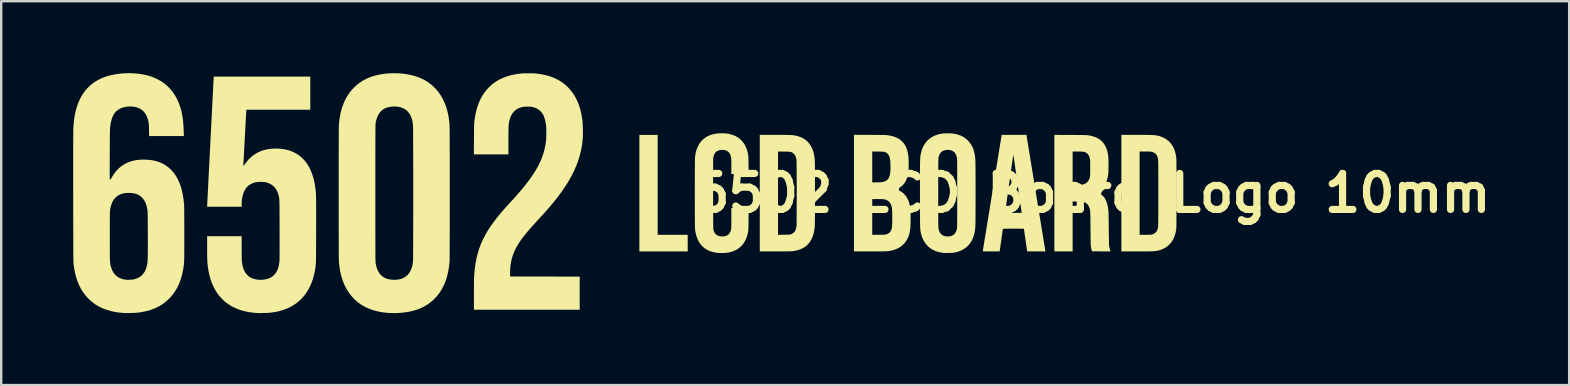
<source format=kicad_pcb>
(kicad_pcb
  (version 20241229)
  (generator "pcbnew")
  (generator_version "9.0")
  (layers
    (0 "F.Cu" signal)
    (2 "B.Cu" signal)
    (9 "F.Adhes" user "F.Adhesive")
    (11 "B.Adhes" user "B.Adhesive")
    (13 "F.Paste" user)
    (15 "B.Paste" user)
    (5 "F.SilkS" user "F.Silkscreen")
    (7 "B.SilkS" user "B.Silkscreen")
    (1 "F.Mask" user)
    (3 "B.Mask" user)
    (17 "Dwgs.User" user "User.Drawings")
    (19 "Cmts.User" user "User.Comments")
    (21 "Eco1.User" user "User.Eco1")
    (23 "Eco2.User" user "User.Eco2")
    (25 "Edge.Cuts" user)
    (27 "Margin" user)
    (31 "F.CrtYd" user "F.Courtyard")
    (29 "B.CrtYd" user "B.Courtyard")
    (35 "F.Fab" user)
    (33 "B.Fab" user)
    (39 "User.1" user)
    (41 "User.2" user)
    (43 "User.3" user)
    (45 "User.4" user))
  (footprint "6502 LCD Board Logo 10mm"
    (layer "F.Cu")
    (at 42.473 5)
    (property "Reference" "6502 LCD Board Logo 10mm" (at 0 0 0) (layer "F.SilkS") (effects (font (size 1.5 1.5) (thickness 0.3))))
    (attr board_only exclude_from_pos_files exclude_from_bom)
    (fp_poly (pts (xy -18.115 -0.347) (xy -18.115 1.735) (xy -17.489 1.735) (xy -16.863 1.735) (xy -16.863 2.081) (xy -16.863 2.428) (xy -17.87 2.428) (xy -18.877 2.428) (xy -18.877 0) (xy -18.877 -2.428) (xy -18.496 -2.428) (xy -18.115 -2.428)) (stroke (width 0) (type solid)) (fill yes) (layer "F.SilkS"))
    (fp_poly (pts (xy -13.091 -2.428) (xy -12.976 -2.428) (xy -12.875 -2.428) (xy -12.786 -2.427) (xy -12.71 -2.426) (xy -12.644 -2.424) (xy -12.586 -2.422) (xy -12.537 -2.42) (xy -12.494 -2.416) (xy -12.455 -2.413) (xy -12.421 -2.408) (xy -12.389 -2.402) (xy -12.358 -2.396) (xy -12.326 -2.389) (xy -12.298 -2.381) (xy -12.173 -2.341) (xy -12.06 -2.289) (xy -11.958 -2.224) (xy -11.868 -2.147) (xy -11.79 -2.058) (xy -11.723 -1.956) (xy -11.668 -1.842) (xy -11.624 -1.716) (xy -11.591 -1.577) (xy -11.57 -1.425) (xy -11.566 -1.379) (xy -11.565 -1.355) (xy -11.564 -1.315) (xy -11.563 -1.26) (xy -11.562 -1.192) (xy -11.561 -1.112) (xy -11.561 -1.021) (xy -11.56 -0.92) (xy -11.559 -0.81) (xy -11.559 -0.693) (xy -11.559 -0.57) (xy -11.558 -0.441) (xy -11.558 -0.309) (xy -11.558 -0.174) (xy -11.558 -0.038) (xy -11.558 0.099) (xy -11.558 0.235) (xy -11.558 0.369) (xy -11.558 0.5) (xy -11.559 0.626) (xy -11.559 0.746) (xy -11.56 0.86) (xy -11.56 0.966) (xy -11.561 1.063) (xy -11.562 1.149) (xy -11.563 1.224) (xy -11.564 1.286) (xy -11.565 1.335) (xy -11.566 1.368) (xy -11.566 1.379) (xy -11.584 1.534) (xy -11.613 1.676) (xy -11.653 1.806) (xy -11.705 1.924) (xy -11.768 2.029) (xy -11.843 2.121) (xy -11.929 2.202) (xy -12.027 2.27) (xy -12.137 2.326) (xy -12.258 2.37) (xy -12.392 2.402) (xy -12.483 2.416) (xy -12.506 2.418) (xy -12.533 2.42) (xy -12.565 2.422) (xy -12.604 2.424) (xy -12.65 2.425) (xy -12.705 2.426) (xy -12.771 2.427) (xy -12.847 2.427) (xy -12.936 2.428) (xy -13.039 2.428) (xy -13.157 2.428) (xy -13.222 2.428) (xy -13.859 2.428) (xy -13.859 0) (xy -13.098 0) (xy -13.098 1.735) (xy -12.85 1.733) (xy -12.776 1.731) (xy -12.716 1.73) (xy -12.669 1.729) (xy -12.632 1.727) (xy -12.604 1.724) (xy -12.583 1.721) (xy -12.566 1.717) (xy -12.559 1.715) (xy -12.509 1.692) (xy -12.46 1.658) (xy -12.417 1.618) (xy -12.4 1.596) (xy -12.372 1.546) (xy -12.35 1.482) (xy -12.333 1.408) (xy -12.328 1.366) (xy -12.327 1.348) (xy -12.326 1.313) (xy -12.325 1.264) (xy -12.324 1.201) (xy -12.323 1.126) (xy -12.322 1.04) (xy -12.322 0.944) (xy -12.321 0.839) (xy -12.321 0.727) (xy -12.32 0.607) (xy -12.32 0.483) (xy -12.32 0.354) (xy -12.319 0.222) (xy -12.319 0.089) (xy -12.319 -0.046) (xy -12.319 -0.18) (xy -12.319 -0.312) (xy -12.32 -0.442) (xy -12.32 -0.568) (xy -12.32 -0.689) (xy -12.321 -0.804) (xy -12.321 -0.912) (xy -12.322 -1.011) (xy -12.323 -1.1) (xy -12.324 -1.179) (xy -12.324 -1.245) (xy -12.325 -1.299) (xy -12.326 -1.338) (xy -12.327 -1.362) (xy -12.328 -1.366) (xy -12.341 -1.451) (xy -12.362 -1.523) (xy -12.392 -1.582) (xy -12.431 -1.632) (xy -12.471 -1.667) (xy -12.494 -1.684) (xy -12.515 -1.697) (xy -12.537 -1.708) (xy -12.562 -1.716) (xy -12.592 -1.722) (xy -12.629 -1.726) (xy -12.676 -1.729) (xy -12.734 -1.731) (xy -12.805 -1.732) (xy -12.85 -1.733) (xy -13.098 -1.735) (xy -13.098 0) (xy -13.859 0) (xy -13.859 -2.428) (xy -13.222 -2.428)) (stroke (width 0) (type solid)) (fill yes) (layer "F.SilkS"))
    (fp_poly (pts (xy 1.986 -2.428) (xy 2.104 -2.428) (xy 2.209 -2.428) (xy 2.3 -2.427) (xy 2.38 -2.425) (xy 2.449 -2.424) (xy 2.509 -2.421) (xy 2.561 -2.418) (xy 2.607 -2.414) (xy 2.647 -2.41) (xy 2.684 -2.404) (xy 2.718 -2.398) (xy 2.75 -2.39) (xy 2.783 -2.381) (xy 2.816 -2.371) (xy 2.838 -2.364) (xy 2.956 -2.318) (xy 3.062 -2.26) (xy 3.157 -2.19) (xy 3.217 -2.134) (xy 3.285 -2.054) (xy 3.344 -1.97) (xy 3.392 -1.879) (xy 3.433 -1.778) (xy 3.465 -1.666) (xy 3.491 -1.541) (xy 3.492 -1.54) (xy 3.494 -1.528) (xy 3.495 -1.515) (xy 3.497 -1.501) (xy 3.498 -1.484) (xy 3.5 -1.464) (xy 3.501 -1.44) (xy 3.502 -1.412) (xy 3.503 -1.377) (xy 3.504 -1.337) (xy 3.504 -1.289) (xy 3.505 -1.233) (xy 3.506 -1.169) (xy 3.506 -1.095) (xy 3.506 -1.011) (xy 3.507 -0.915) (xy 3.507 -0.808) (xy 3.507 -0.688) (xy 3.507 -0.555) (xy 3.507 -0.407) (xy 3.507 -0.244) (xy 3.507 -0.066) (xy 3.507 0) (xy 3.507 0.184) (xy 3.507 0.352) (xy 3.507 0.505) (xy 3.507 0.644) (xy 3.507 0.768) (xy 3.507 0.88) (xy 3.506 0.979) (xy 3.506 1.067) (xy 3.506 1.144) (xy 3.505 1.212) (xy 3.505 1.271) (xy 3.504 1.321) (xy 3.503 1.364) (xy 3.502 1.4) (xy 3.501 1.431) (xy 3.5 1.456) (xy 3.499 1.478) (xy 3.497 1.495) (xy 3.496 1.51) (xy 3.494 1.524) (xy 3.492 1.536) (xy 3.492 1.54) (xy 3.465 1.666) (xy 3.433 1.778) (xy 3.393 1.878) (xy 3.344 1.97) (xy 3.286 2.054) (xy 3.217 2.134) (xy 3.217 2.134) (xy 3.13 2.212) (xy 3.032 2.279) (xy 2.922 2.333) (xy 2.838 2.364) (xy 2.803 2.375) (xy 2.77 2.385) (xy 2.738 2.393) (xy 2.705 2.4) (xy 2.67 2.407) (xy 2.632 2.412) (xy 2.59 2.416) (xy 2.542 2.42) (xy 2.487 2.422) (xy 2.423 2.424) (xy 2.35 2.426) (xy 2.266 2.427) (xy 2.17 2.428) (xy 2.06 2.428) (xy 1.936 2.428) (xy 1.851 2.428) (xy 1.21 2.428) (xy 1.21 0) (xy 1.971 0) (xy 1.971 1.735) (xy 2.208 1.735) (xy 2.279 1.734) (xy 2.336 1.734) (xy 2.38 1.733) (xy 2.415 1.732) (xy 2.442 1.729) (xy 2.463 1.727) (xy 2.481 1.723) (xy 2.495 1.719) (xy 2.566 1.69) (xy 2.625 1.651) (xy 2.671 1.601) (xy 2.706 1.539) (xy 2.731 1.464) (xy 2.737 1.434) (xy 2.739 1.424) (xy 2.741 1.41) (xy 2.742 1.391) (xy 2.743 1.368) (xy 2.744 1.339) (xy 2.745 1.304) (xy 2.746 1.261) (xy 2.747 1.21) (xy 2.747 1.15) (xy 2.748 1.08) (xy 2.748 1) (xy 2.749 0.909) (xy 2.749 0.806) (xy 2.749 0.69) (xy 2.75 0.561) (xy 2.75 0.417) (xy 2.75 0.259) (xy 2.75 0.084) (xy 2.75 0) (xy 2.75 -0.182) (xy 2.75 -0.347) (xy 2.75 -0.498) (xy 2.75 -0.633) (xy 2.749 -0.755) (xy 2.749 -0.864) (xy 2.749 -0.96) (xy 2.748 -1.045) (xy 2.748 -1.119) (xy 2.747 -1.184) (xy 2.746 -1.239) (xy 2.746 -1.285) (xy 2.745 -1.324) (xy 2.744 -1.356) (xy 2.742 -1.382) (xy 2.741 -1.402) (xy 2.74 -1.418) (xy 2.738 -1.43) (xy 2.737 -1.434) (xy 2.716 -1.514) (xy 2.685 -1.58) (xy 2.642 -1.634) (xy 2.588 -1.677) (xy 2.522 -1.709) (xy 2.495 -1.719) (xy 2.478 -1.723) (xy 2.459 -1.727) (xy 2.437 -1.73) (xy 2.409 -1.732) (xy 2.373 -1.733) (xy 2.327 -1.734) (xy 2.268 -1.734) (xy 2.208 -1.735) (xy 1.971 -1.735) (xy 1.971 0) (xy 1.21 0) (xy 1.21 -2.428) (xy 1.851 -2.428)) (stroke (width 0) (type solid)) (fill yes) (layer "F.SilkS"))
    (fp_poly (pts (xy -2.353 -0.019) (xy -2.321 0.181) (xy -2.289 0.376) (xy -2.258 0.567) (xy -2.228 0.752) (xy -2.199 0.93) (xy -2.171 1.102) (xy -2.144 1.266) (xy -2.119 1.422) (xy -2.095 1.569) (xy -2.072 1.707) (xy -2.051 1.834) (xy -2.032 1.951) (xy -2.015 2.055) (xy -2 2.148) (xy -1.987 2.228) (xy -1.976 2.294) (xy -1.968 2.346) (xy -1.962 2.382) (xy -1.958 2.404) (xy -1.957 2.409) (xy -1.953 2.428) (xy -2.334 2.428) (xy -2.413 2.428) (xy -2.486 2.428) (xy -2.552 2.428) (xy -2.609 2.427) (xy -2.656 2.427) (xy -2.69 2.426) (xy -2.711 2.425) (xy -2.716 2.425) (xy -2.717 2.416) (xy -2.721 2.392) (xy -2.726 2.354) (xy -2.733 2.304) (xy -2.742 2.244) (xy -2.752 2.174) (xy -2.763 2.096) (xy -2.775 2.013) (xy -2.784 1.954) (xy -2.796 1.868) (xy -2.808 1.786) (xy -2.819 1.711) (xy -2.829 1.644) (xy -2.837 1.587) (xy -2.843 1.541) (xy -2.848 1.507) (xy -2.851 1.488) (xy -2.851 1.484) (xy -2.86 1.484) (xy -2.883 1.483) (xy -2.92 1.482) (xy -2.97 1.482) (xy -3.03 1.481) (xy -3.099 1.481) (xy -3.176 1.481) (xy -3.258 1.481) (xy -3.287 1.481) (xy -3.384 1.481) (xy -3.465 1.481) (xy -3.533 1.481) (xy -3.587 1.482) (xy -3.63 1.482) (xy -3.663 1.483) (xy -3.688 1.484) (xy -3.705 1.486) (xy -3.716 1.488) (xy -3.722 1.49) (xy -3.725 1.493) (xy -3.726 1.495) (xy -3.728 1.506) (xy -3.732 1.533) (xy -3.738 1.572) (xy -3.746 1.624) (xy -3.755 1.686) (xy -3.765 1.757) (xy -3.777 1.835) (xy -3.789 1.919) (xy -3.796 1.969) (xy -3.862 2.428) (xy -4.216 2.428) (xy -4.303 2.428) (xy -4.374 2.428) (xy -4.432 2.428) (xy -4.476 2.427) (xy -4.51 2.426) (xy -4.535 2.425) (xy -4.551 2.424) (xy -4.561 2.421) (xy -4.565 2.419) (xy -4.566 2.415) (xy -4.566 2.414) (xy -4.564 2.404) (xy -4.56 2.379) (xy -4.553 2.338) (xy -4.544 2.282) (xy -4.533 2.212) (xy -4.519 2.129) (xy -4.503 2.034) (xy -4.486 1.926) (xy -4.466 1.806) (xy -4.445 1.676) (xy -4.422 1.536) (xy -4.398 1.387) (xy -4.372 1.229) (xy -4.345 1.063) (xy -4.317 0.889) (xy -4.303 0.806) (xy -3.63 0.806) (xy -3.629 0.809) (xy -3.625 0.813) (xy -3.618 0.815) (xy -3.604 0.817) (xy -3.584 0.818) (xy -3.554 0.819) (xy -3.515 0.82) (xy -3.463 0.82) (xy -3.398 0.821) (xy -3.318 0.821) (xy -3.286 0.821) (xy -2.943 0.821) (xy -2.947 0.793) (xy -2.949 0.782) (xy -2.953 0.754) (xy -2.959 0.712) (xy -2.967 0.656) (xy -2.977 0.588) (xy -2.989 0.507) (xy -3.002 0.415) (xy -3.016 0.314) (xy -3.032 0.204) (xy -3.048 0.085) (xy -3.066 -0.04) (xy -3.085 -0.171) (xy -3.104 -0.307) (xy -3.118 -0.406) (xy -3.138 -0.545) (xy -3.157 -0.679) (xy -3.175 -0.807) (xy -3.192 -0.929) (xy -3.209 -1.044) (xy -3.224 -1.15) (xy -3.238 -1.247) (xy -3.25 -1.333) (xy -3.261 -1.408) (xy -3.27 -1.471) (xy -3.278 -1.52) (xy -3.283 -1.556) (xy -3.286 -1.576) (xy -3.287 -1.581) (xy -3.296 -1.58) (xy -3.297 -1.58) (xy -3.298 -1.571) (xy -3.302 -1.547) (xy -3.308 -1.508) (xy -3.315 -1.456) (xy -3.325 -1.392) (xy -3.336 -1.316) (xy -3.348 -1.231) (xy -3.361 -1.137) (xy -3.375 -1.036) (xy -3.391 -0.928) (xy -3.406 -0.815) (xy -3.423 -0.698) (xy -3.44 -0.578) (xy -3.457 -0.456) (xy -3.474 -0.334) (xy -3.491 -0.211) (xy -3.508 -0.091) (xy -3.524 0.027) (xy -3.54 0.14) (xy -3.555 0.249) (xy -3.569 0.351) (xy -3.582 0.446) (xy -3.594 0.532) (xy -3.604 0.609) (xy -3.613 0.674) (xy -3.62 0.728) (xy -3.625 0.769) (xy -3.629 0.795) (xy -3.63 0.806) (xy -4.303 0.806) (xy -4.287 0.708) (xy -4.257 0.522) (xy -4.226 0.33) (xy -4.194 0.133) (xy -4.17 -0.015) (xy -3.778 -2.428) (xy -3.261 -2.428) (xy -2.745 -2.428)) (stroke (width 0) (type solid)) (fill yes) (layer "F.SilkS"))
    (fp_poly (pts (xy -9.178 -2.428) (xy -9.065 -2.428) (xy -8.96 -2.427) (xy -8.865 -2.426) (xy -8.782 -2.425) (xy -8.71 -2.424) (xy -8.652 -2.423) (xy -8.609 -2.421) (xy -8.581 -2.42) (xy -8.578 -2.419) (xy -8.434 -2.399) (xy -8.304 -2.368) (xy -8.186 -2.327) (xy -8.081 -2.275) (xy -7.988 -2.211) (xy -7.907 -2.136) (xy -7.837 -2.049) (xy -7.779 -1.951) (xy -7.733 -1.839) (xy -7.696 -1.716) (xy -7.683 -1.654) (xy -7.672 -1.582) (xy -7.663 -1.496) (xy -7.657 -1.402) (xy -7.653 -1.301) (xy -7.652 -1.199) (xy -7.654 -1.097) (xy -7.658 -0.999) (xy -7.665 -0.909) (xy -7.674 -0.83) (xy -7.682 -0.787) (xy -7.714 -0.661) (xy -7.756 -0.548) (xy -7.81 -0.448) (xy -7.874 -0.361) (xy -7.95 -0.287) (xy -8.037 -0.224) (xy -8.083 -0.198) (xy -8.112 -0.183) (xy -8.135 -0.17) (xy -8.147 -0.162) (xy -8.148 -0.161) (xy -8.141 -0.156) (xy -8.121 -0.145) (xy -8.092 -0.13) (xy -8.057 -0.113) (xy -8.057 -0.113) (xy -7.957 -0.058) (xy -7.872 0.008) (xy -7.798 0.084) (xy -7.735 0.173) (xy -7.706 0.225) (xy -7.676 0.289) (xy -7.65 0.354) (xy -7.629 0.423) (xy -7.611 0.497) (xy -7.597 0.578) (xy -7.587 0.669) (xy -7.58 0.77) (xy -7.575 0.883) (xy -7.573 1.011) (xy -7.573 1.062) (xy -7.574 1.197) (xy -7.578 1.317) (xy -7.584 1.424) (xy -7.594 1.52) (xy -7.607 1.606) (xy -7.624 1.684) (xy -7.645 1.756) (xy -7.67 1.824) (xy -7.7 1.889) (xy -7.704 1.898) (xy -7.768 2.006) (xy -7.842 2.102) (xy -7.927 2.184) (xy -8.023 2.255) (xy -8.131 2.313) (xy -8.252 2.36) (xy -8.329 2.382) (xy -8.362 2.39) (xy -8.393 2.397) (xy -8.424 2.403) (xy -8.456 2.408) (xy -8.49 2.413) (xy -8.528 2.417) (xy -8.571 2.42) (xy -8.62 2.422) (xy -8.677 2.424) (xy -8.743 2.426) (xy -8.819 2.427) (xy -8.906 2.428) (xy -9.006 2.428) (xy -9.12 2.428) (xy -9.25 2.428) (xy -9.275 2.428) (xy -9.933 2.428) (xy -9.933 0.99) (xy -9.172 0.99) (xy -9.172 1.735) (xy -8.913 1.735) (xy -8.835 1.734) (xy -8.771 1.734) (xy -8.721 1.733) (xy -8.681 1.731) (xy -8.65 1.729) (xy -8.626 1.726) (xy -8.607 1.722) (xy -8.602 1.721) (xy -8.534 1.698) (xy -8.478 1.666) (xy -8.433 1.624) (xy -8.397 1.57) (xy -8.369 1.502) (xy -8.354 1.446) (xy -8.349 1.418) (xy -8.346 1.375) (xy -8.343 1.32) (xy -8.34 1.255) (xy -8.339 1.183) (xy -8.338 1.106) (xy -8.337 1.027) (xy -8.338 0.947) (xy -8.339 0.87) (xy -8.341 0.798) (xy -8.343 0.733) (xy -8.347 0.677) (xy -8.35 0.633) (xy -8.354 0.61) (xy -8.375 0.522) (xy -8.405 0.447) (xy -8.442 0.386) (xy -8.489 0.338) (xy -8.546 0.301) (xy -8.557 0.296) (xy -8.589 0.282) (xy -8.62 0.27) (xy -8.653 0.262) (xy -8.691 0.255) (xy -8.734 0.251) (xy -8.787 0.248) (xy -8.851 0.246) (xy -8.929 0.246) (xy -8.95 0.246) (xy -9.172 0.245) (xy -9.172 0.99) (xy -9.933 0.99) (xy -9.933 0) (xy -9.933 -1.09) (xy -9.172 -1.09) (xy -9.172 -0.446) (xy -8.967 -0.451) (xy -8.893 -0.453) (xy -8.833 -0.455) (xy -8.787 -0.458) (xy -8.751 -0.462) (xy -8.724 -0.466) (xy -8.711 -0.469) (xy -8.638 -0.495) (xy -8.577 -0.529) (xy -8.527 -0.572) (xy -8.487 -0.626) (xy -8.457 -0.692) (xy -8.435 -0.77) (xy -8.42 -0.863) (xy -8.417 -0.895) (xy -8.414 -0.954) (xy -8.412 -1.022) (xy -8.412 -1.096) (xy -8.413 -1.171) (xy -8.415 -1.245) (xy -8.419 -1.313) (xy -8.424 -1.372) (xy -8.43 -1.419) (xy -8.432 -1.43) (xy -8.453 -1.508) (xy -8.483 -1.577) (xy -8.523 -1.633) (xy -8.57 -1.676) (xy -8.598 -1.693) (xy -8.623 -1.705) (xy -8.649 -1.714) (xy -8.677 -1.722) (xy -8.71 -1.727) (xy -8.751 -1.731) (xy -8.801 -1.733) (xy -8.863 -1.734) (xy -8.939 -1.735) (xy -8.949 -1.735) (xy -9.172 -1.735) (xy -9.172 -1.09) (xy -9.933 -1.09) (xy -9.933 -2.428) (xy -9.3 -2.428)) (stroke (width 0) (type solid)) (fill yes) (layer "F.SilkS"))
    (fp_poly (pts (xy -15.393 -2.495) (xy -15.33 -2.493) (xy -15.275 -2.49) (xy -15.249 -2.487) (xy -15.119 -2.464) (xy -15 -2.431) (xy -14.891 -2.388) (xy -14.841 -2.363) (xy -14.768 -2.32) (xy -14.705 -2.274) (xy -14.645 -2.219) (xy -14.619 -2.193) (xy -14.551 -2.113) (xy -14.492 -2.027) (xy -14.443 -1.934) (xy -14.403 -1.832) (xy -14.369 -1.717) (xy -14.345 -1.608) (xy -14.341 -1.586) (xy -14.338 -1.56) (xy -14.335 -1.528) (xy -14.333 -1.488) (xy -14.332 -1.438) (xy -14.33 -1.378) (xy -14.329 -1.305) (xy -14.328 -1.218) (xy -14.327 -1.166) (xy -14.323 -0.795) (xy -14.683 -0.795) (xy -15.044 -0.795) (xy -15.044 -1.121) (xy -15.044 -1.209) (xy -15.044 -1.283) (xy -15.045 -1.344) (xy -15.046 -1.393) (xy -15.048 -1.432) (xy -15.05 -1.462) (xy -15.053 -1.487) (xy -15.057 -1.507) (xy -15.057 -1.508) (xy -15.08 -1.589) (xy -15.114 -1.658) (xy -15.157 -1.712) (xy -15.212 -1.754) (xy -15.277 -1.783) (xy -15.353 -1.799) (xy -15.424 -1.803) (xy -15.51 -1.797) (xy -15.585 -1.778) (xy -15.649 -1.746) (xy -15.702 -1.701) (xy -15.744 -1.643) (xy -15.775 -1.572) (xy -15.795 -1.488) (xy -15.796 -1.481) (xy -15.798 -1.467) (xy -15.799 -1.443) (xy -15.8 -1.41) (xy -15.801 -1.365) (xy -15.802 -1.309) (xy -15.802 -1.242) (xy -15.803 -1.162) (xy -15.803 -1.07) (xy -15.804 -0.964) (xy -15.804 -0.845) (xy -15.804 -0.711) (xy -15.804 -0.562) (xy -15.804 -0.399) (xy -15.804 -0.219) (xy -15.804 -0.024) (xy -15.804 0.038) (xy -15.803 0.223) (xy -15.803 0.391) (xy -15.803 0.545) (xy -15.802 0.683) (xy -15.802 0.808) (xy -15.801 0.919) (xy -15.801 1.019) (xy -15.801 1.106) (xy -15.8 1.183) (xy -15.799 1.25) (xy -15.799 1.308) (xy -15.798 1.357) (xy -15.797 1.398) (xy -15.796 1.432) (xy -15.795 1.461) (xy -15.794 1.483) (xy -15.793 1.501) (xy -15.791 1.515) (xy -15.79 1.526) (xy -15.788 1.535) (xy -15.786 1.542) (xy -15.763 1.606) (xy -15.737 1.658) (xy -15.704 1.7) (xy -15.695 1.709) (xy -15.649 1.748) (xy -15.596 1.776) (xy -15.534 1.793) (xy -15.462 1.802) (xy -15.42 1.803) (xy -15.335 1.797) (xy -15.262 1.779) (xy -15.199 1.748) (xy -15.147 1.704) (xy -15.106 1.647) (xy -15.074 1.576) (xy -15.053 1.499) (xy -15.051 1.479) (xy -15.048 1.441) (xy -15.047 1.389) (xy -15.045 1.321) (xy -15.044 1.239) (xy -15.044 1.142) (xy -15.044 1.036) (xy -15.044 0.618) (xy -14.684 0.618) (xy -14.323 0.618) (xy -14.327 1.077) (xy -14.328 1.181) (xy -14.329 1.27) (xy -14.33 1.345) (xy -14.331 1.408) (xy -14.332 1.459) (xy -14.334 1.501) (xy -14.336 1.536) (xy -14.338 1.563) (xy -14.341 1.586) (xy -14.344 1.605) (xy -14.344 1.608) (xy -14.373 1.733) (xy -14.407 1.845) (xy -14.449 1.945) (xy -14.498 2.036) (xy -14.556 2.12) (xy -14.619 2.193) (xy -14.704 2.272) (xy -14.797 2.339) (xy -14.901 2.393) (xy -15.016 2.437) (xy -15.142 2.469) (xy -15.249 2.487) (xy -15.28 2.49) (xy -15.324 2.492) (xy -15.376 2.494) (xy -15.433 2.494) (xy -15.49 2.495) (xy -15.543 2.494) (xy -15.587 2.492) (xy -15.619 2.49) (xy -15.715 2.476) (xy -15.813 2.454) (xy -15.908 2.425) (xy -15.994 2.391) (xy -16.042 2.368) (xy -16.146 2.304) (xy -16.238 2.228) (xy -16.318 2.142) (xy -16.388 2.043) (xy -16.446 1.933) (xy -16.493 1.81) (xy -16.529 1.674) (xy -16.555 1.525) (xy -16.558 1.498) (xy -16.559 1.48) (xy -16.56 1.447) (xy -16.561 1.398) (xy -16.562 1.336) (xy -16.563 1.262) (xy -16.564 1.176) (xy -16.564 1.08) (xy -16.565 0.974) (xy -16.565 0.86) (xy -16.566 0.739) (xy -16.566 0.613) (xy -16.566 0.481) (xy -16.567 0.345) (xy -16.567 0.207) (xy -16.567 0.067) (xy -16.567 -0.073) (xy -16.567 -0.213) (xy -16.567 -0.351) (xy -16.566 -0.487) (xy -16.566 -0.618) (xy -16.566 -0.745) (xy -16.565 -0.865) (xy -16.565 -0.979) (xy -16.564 -1.084) (xy -16.564 -1.18) (xy -16.563 -1.265) (xy -16.562 -1.339) (xy -16.561 -1.401) (xy -16.56 -1.448) (xy -16.559 -1.481) (xy -16.558 -1.498) (xy -16.543 -1.607) (xy -16.524 -1.703) (xy -16.5 -1.79) (xy -16.495 -1.807) (xy -16.446 -1.932) (xy -16.385 -2.046) (xy -16.313 -2.147) (xy -16.23 -2.235) (xy -16.135 -2.311) (xy -16.03 -2.374) (xy -15.913 -2.424) (xy -15.785 -2.461) (xy -15.647 -2.486) (xy -15.64 -2.487) (xy -15.589 -2.491) (xy -15.528 -2.494) (xy -15.461 -2.496)) (stroke (width 0) (type solid)) (fill yes) (layer "F.SilkS"))
    (fp_poly (pts (xy -0.907 -2.426) (xy -0.78 -2.426) (xy -0.668 -2.425) (xy -0.57 -2.424) (xy -0.485 -2.424) (xy -0.412 -2.423) (xy -0.349 -2.421) (xy -0.295 -2.42) (xy -0.249 -2.417) (xy -0.21 -2.415) (xy -0.176 -2.412) (xy -0.145 -2.408) (xy -0.117 -2.403) (xy -0.091 -2.398) (xy -0.064 -2.392) (xy -0.036 -2.385) (xy -0.006 -2.377) (xy 0.114 -2.339) (xy 0.22 -2.291) (xy 0.314 -2.233) (xy 0.396 -2.163) (xy 0.467 -2.083) (xy 0.527 -1.99) (xy 0.546 -1.954) (xy 0.577 -1.888) (xy 0.603 -1.82) (xy 0.625 -1.75) (xy 0.642 -1.675) (xy 0.656 -1.595) (xy 0.665 -1.505) (xy 0.672 -1.406) (xy 0.675 -1.295) (xy 0.676 -1.171) (xy 0.675 -1.087) (xy 0.673 -1.005) (xy 0.671 -0.937) (xy 0.669 -0.881) (xy 0.666 -0.834) (xy 0.663 -0.795) (xy 0.659 -0.76) (xy 0.654 -0.727) (xy 0.653 -0.719) (xy 0.623 -0.588) (xy 0.583 -0.471) (xy 0.532 -0.366) (xy 0.47 -0.274) (xy 0.398 -0.196) (xy 0.314 -0.13) (xy 0.234 -0.083) (xy 0.207 -0.069) (xy 0.188 -0.057) (xy 0.18 -0.049) (xy 0.18 -0.049) (xy 0.188 -0.042) (xy 0.208 -0.032) (xy 0.237 -0.018) (xy 0.25 -0.012) (xy 0.332 0.03) (xy 0.404 0.081) (xy 0.466 0.142) (xy 0.52 0.213) (xy 0.565 0.297) (xy 0.603 0.393) (xy 0.634 0.502) (xy 0.657 0.627) (xy 0.665 0.681) (xy 0.668 0.704) (xy 0.67 0.73) (xy 0.672 0.763) (xy 0.674 0.802) (xy 0.676 0.849) (xy 0.678 0.906) (xy 0.679 0.972) (xy 0.68 1.05) (xy 0.682 1.14) (xy 0.683 1.244) (xy 0.684 1.363) (xy 0.686 1.476) (xy 0.687 1.598) (xy 0.688 1.712) (xy 0.69 1.817) (xy 0.691 1.913) (xy 0.693 1.997) (xy 0.695 2.069) (xy 0.696 2.128) (xy 0.698 2.173) (xy 0.7 2.203) (xy 0.701 2.215) (xy 0.713 2.268) (xy 0.728 2.323) (xy 0.743 2.372) (xy 0.749 2.388) (xy 0.757 2.409) (xy 0.761 2.423) (xy 0.761 2.424) (xy 0.753 2.425) (xy 0.73 2.426) (xy 0.693 2.426) (xy 0.644 2.427) (xy 0.585 2.427) (xy 0.517 2.427) (xy 0.443 2.427) (xy 0.375 2.426) (xy -0.011 2.424) (xy -0.023 2.386) (xy -0.03 2.36) (xy -0.04 2.324) (xy -0.049 2.284) (xy -0.052 2.272) (xy -0.055 2.258) (xy -0.058 2.243) (xy -0.061 2.228) (xy -0.063 2.209) (xy -0.065 2.187) (xy -0.066 2.16) (xy -0.068 2.127) (xy -0.069 2.086) (xy -0.07 2.037) (xy -0.071 1.978) (xy -0.072 1.908) (xy -0.073 1.827) (xy -0.074 1.732) (xy -0.075 1.623) (xy -0.076 1.498) (xy -0.076 1.481) (xy -0.077 1.354) (xy -0.078 1.242) (xy -0.079 1.146) (xy -0.08 1.062) (xy -0.081 0.991) (xy -0.082 0.931) (xy -0.083 0.881) (xy -0.085 0.839) (xy -0.086 0.804) (xy -0.088 0.776) (xy -0.09 0.753) (xy -0.092 0.734) (xy -0.094 0.717) (xy -0.097 0.702) (xy -0.1 0.687) (xy -0.1 0.685) (xy -0.125 0.598) (xy -0.159 0.526) (xy -0.201 0.467) (xy -0.252 0.421) (xy -0.293 0.397) (xy -0.322 0.384) (xy -0.349 0.374) (xy -0.378 0.366) (xy -0.411 0.36) (xy -0.451 0.356) (xy -0.5 0.353) (xy -0.561 0.351) (xy -0.62 0.349) (xy -0.821 0.345) (xy -0.821 1.387) (xy -0.821 2.428) (xy -1.201 2.428) (xy -1.582 2.428) (xy -1.582 -0.000421) (xy -1.582 -1.04) (xy -0.821 -1.04) (xy -0.821 -0.345) (xy -0.62 -0.349) (xy -0.543 -0.351) (xy -0.481 -0.354) (xy -0.434 -0.357) (xy -0.399 -0.361) (xy -0.375 -0.366) (xy -0.375 -0.366) (xy -0.299 -0.396) (xy -0.235 -0.436) (xy -0.183 -0.489) (xy -0.142 -0.553) (xy -0.112 -0.631) (xy -0.103 -0.664) (xy -0.099 -0.683) (xy -0.096 -0.705) (xy -0.094 -0.732) (xy -0.092 -0.766) (xy -0.091 -0.809) (xy -0.09 -0.862) (xy -0.089 -0.928) (xy -0.089 -1.009) (xy -0.089 -1.045) (xy -0.089 -1.13) (xy -0.089 -1.2) (xy -0.09 -1.257) (xy -0.091 -1.303) (xy -0.092 -1.34) (xy -0.094 -1.37) (xy -0.097 -1.395) (xy -0.1 -1.417) (xy -0.104 -1.438) (xy -0.104 -1.438) (xy -0.127 -1.518) (xy -0.156 -1.583) (xy -0.195 -1.635) (xy -0.242 -1.675) (xy -0.262 -1.687) (xy -0.289 -1.701) (xy -0.314 -1.712) (xy -0.34 -1.72) (xy -0.37 -1.726) (xy -0.407 -1.73) (xy -0.451 -1.732) (xy -0.507 -1.734) (xy -0.577 -1.734) (xy -0.607 -1.734) (xy -0.821 -1.735) (xy -0.821 -1.04) (xy -1.582 -1.04) (xy -1.582 -2.429)) (stroke (width 0) (type solid)) (fill yes) (layer "F.SilkS"))
    (fp_poly (pts (xy -23.405 -4.995) (xy -23.329 -4.993) (xy -23.26 -4.991) (xy -23.202 -4.987) (xy -23.175 -4.985) (xy -22.973 -4.958) (xy -22.783 -4.919) (xy -22.605 -4.869) (xy -22.439 -4.807) (xy -22.283 -4.733) (xy -22.139 -4.647) (xy -22.004 -4.549) (xy -21.879 -4.438) (xy -21.832 -4.391) (xy -21.721 -4.264) (xy -21.621 -4.128) (xy -21.533 -3.981) (xy -21.456 -3.823) (xy -21.39 -3.654) (xy -21.335 -3.473) (xy -21.291 -3.279) (xy -21.256 -3.073) (xy -21.25 -3.021) (xy -21.244 -2.966) (xy -21.24 -2.899) (xy -21.236 -2.821) (xy -21.233 -2.736) (xy -21.231 -2.647) (xy -21.23 -2.558) (xy -21.23 -2.472) (xy -21.231 -2.393) (xy -21.233 -2.323) (xy -21.237 -2.269) (xy -21.262 -2.04) (xy -21.301 -1.813) (xy -21.355 -1.589) (xy -21.422 -1.366) (xy -21.504 -1.145) (xy -21.601 -0.923) (xy -21.713 -0.701) (xy -21.841 -0.477) (xy -21.985 -0.251) (xy -22.142 -0.025) (xy -22.227 0.09) (xy -22.315 0.205) (xy -22.407 0.322) (xy -22.504 0.44) (xy -22.607 0.562) (xy -22.718 0.69) (xy -22.838 0.826) (xy -22.968 0.969) (xy -23.073 1.083) (xy -23.192 1.212) (xy -23.3 1.331) (xy -23.397 1.441) (xy -23.485 1.542) (xy -23.565 1.636) (xy -23.637 1.724) (xy -23.703 1.807) (xy -23.764 1.887) (xy -23.819 1.964) (xy -23.871 2.04) (xy -23.921 2.116) (xy -23.928 2.128) (xy -24.024 2.295) (xy -24.104 2.466) (xy -24.168 2.641) (xy -24.215 2.821) (xy -24.247 3.006) (xy -24.263 3.198) (xy -24.265 3.367) (xy -24.262 3.473) (xy -22.813 3.475) (xy -21.364 3.478) (xy -21.364 4.167) (xy -21.364 4.857) (xy -23.568 4.857) (xy -25.772 4.857) (xy -25.772 4.216) (xy -25.772 4.078) (xy -25.772 3.956) (xy -25.771 3.848) (xy -25.77 3.754) (xy -25.769 3.671) (xy -25.768 3.6) (xy -25.766 3.537) (xy -25.764 3.483) (xy -25.762 3.436) (xy -25.76 3.401) (xy -25.738 3.165) (xy -25.708 2.941) (xy -25.668 2.727) (xy -25.618 2.521) (xy -25.557 2.322) (xy -25.485 2.129) (xy -25.401 1.939) (xy -25.304 1.75) (xy -25.193 1.56) (xy -25.068 1.369) (xy -24.928 1.174) (xy -24.885 1.117) (xy -24.82 1.032) (xy -24.753 0.949) (xy -24.684 0.864) (xy -24.61 0.777) (xy -24.53 0.685) (xy -24.442 0.587) (xy -24.345 0.48) (xy -24.254 0.381) (xy -24.08 0.191) (xy -23.92 0.01) (xy -23.772 -0.163) (xy -23.637 -0.329) (xy -23.513 -0.488) (xy -23.401 -0.641) (xy -23.299 -0.789) (xy -23.208 -0.934) (xy -23.126 -1.075) (xy -23.054 -1.214) (xy -22.99 -1.351) (xy -22.935 -1.488) (xy -22.887 -1.625) (xy -22.847 -1.763) (xy -22.813 -1.903) (xy -22.786 -2.046) (xy -22.771 -2.141) (xy -22.766 -2.186) (xy -22.762 -2.245) (xy -22.759 -2.314) (xy -22.757 -2.39) (xy -22.756 -2.47) (xy -22.756 -2.55) (xy -22.756 -2.629) (xy -22.758 -2.701) (xy -22.761 -2.765) (xy -22.764 -2.817) (xy -22.767 -2.843) (xy -22.786 -2.958) (xy -22.811 -3.064) (xy -22.839 -3.158) (xy -22.871 -3.238) (xy -22.907 -3.304) (xy -22.91 -3.309) (xy -22.974 -3.391) (xy -23.046 -3.46) (xy -23.128 -3.515) (xy -23.221 -3.559) (xy -23.326 -3.59) (xy -23.357 -3.597) (xy -23.407 -3.604) (xy -23.469 -3.608) (xy -23.538 -3.609) (xy -23.609 -3.607) (xy -23.676 -3.602) (xy -23.736 -3.595) (xy -23.767 -3.589) (xy -23.872 -3.557) (xy -23.966 -3.512) (xy -24.05 -3.453) (xy -24.123 -3.382) (xy -24.185 -3.298) (xy -24.237 -3.201) (xy -24.277 -3.091) (xy -24.3 -2.999) (xy -24.307 -2.967) (xy -24.312 -2.935) (xy -24.317 -2.902) (xy -24.321 -2.866) (xy -24.324 -2.825) (xy -24.327 -2.78) (xy -24.329 -2.727) (xy -24.331 -2.666) (xy -24.332 -2.595) (xy -24.333 -2.513) (xy -24.334 -2.418) (xy -24.334 -2.309) (xy -24.334 -2.184) (xy -24.334 -2.182) (xy -24.334 -1.616) (xy -25.054 -1.616) (xy -25.774 -1.616) (xy -25.77 -2.253) (xy -25.769 -2.377) (xy -25.769 -2.485) (xy -25.768 -2.579) (xy -25.767 -2.661) (xy -25.766 -2.73) (xy -25.765 -2.79) (xy -25.763 -2.84) (xy -25.762 -2.883) (xy -25.76 -2.919) (xy -25.758 -2.951) (xy -25.755 -2.978) (xy -25.752 -3.004) (xy -25.752 -3.008) (xy -25.721 -3.215) (xy -25.68 -3.409) (xy -25.63 -3.591) (xy -25.57 -3.76) (xy -25.499 -3.918) (xy -25.418 -4.066) (xy -25.325 -4.203) (xy -25.221 -4.332) (xy -25.107 -4.451) (xy -24.983 -4.559) (xy -24.847 -4.656) (xy -24.702 -4.741) (xy -24.545 -4.813) (xy -24.376 -4.874) (xy -24.197 -4.924) (xy -24.005 -4.961) (xy -23.826 -4.985) (xy -23.778 -4.989) (xy -23.716 -4.992) (xy -23.644 -4.994) (xy -23.566 -4.995) (xy -23.485 -4.995)) (stroke (width 0) (type solid)) (fill yes) (layer "F.SilkS"))
    (fp_poly (pts (xy -5.948 -2.492) (xy -5.871 -2.488) (xy -5.802 -2.483) (xy -5.744 -2.475) (xy -5.732 -2.473) (xy -5.608 -2.442) (xy -5.496 -2.404) (xy -5.396 -2.355) (xy -5.304 -2.297) (xy -5.22 -2.227) (xy -5.209 -2.217) (xy -5.129 -2.131) (xy -5.06 -2.038) (xy -5.002 -1.937) (xy -4.956 -1.826) (xy -4.92 -1.704) (xy -4.894 -1.57) (xy -4.877 -1.424) (xy -4.874 -1.376) (xy -4.873 -1.347) (xy -4.871 -1.302) (xy -4.871 -1.243) (xy -4.87 -1.171) (xy -4.869 -1.086) (xy -4.868 -0.991) (xy -4.867 -0.886) (xy -4.867 -0.773) (xy -4.866 -0.653) (xy -4.866 -0.526) (xy -4.866 -0.395) (xy -4.866 -0.261) (xy -4.865 -0.124) (xy -4.865 0.014) (xy -4.865 0.152) (xy -4.866 0.289) (xy -4.866 0.423) (xy -4.866 0.553) (xy -4.867 0.678) (xy -4.867 0.797) (xy -4.868 0.909) (xy -4.868 1.012) (xy -4.869 1.105) (xy -4.87 1.187) (xy -4.871 1.256) (xy -4.872 1.313) (xy -4.873 1.354) (xy -4.874 1.376) (xy -4.887 1.526) (xy -4.911 1.664) (xy -4.944 1.789) (xy -4.987 1.903) (xy -5.041 2.008) (xy -5.106 2.103) (xy -5.183 2.191) (xy -5.209 2.217) (xy -5.296 2.291) (xy -5.39 2.352) (xy -5.494 2.402) (xy -5.608 2.443) (xy -5.724 2.471) (xy -5.76 2.478) (xy -5.797 2.483) (xy -5.84 2.486) (xy -5.891 2.489) (xy -5.954 2.491) (xy -5.995 2.492) (xy -6.05 2.492) (xy -6.101 2.493) (xy -6.145 2.493) (xy -6.178 2.492) (xy -6.198 2.491) (xy -6.202 2.491) (xy -6.219 2.488) (xy -6.248 2.483) (xy -6.285 2.477) (xy -6.308 2.474) (xy -6.439 2.445) (xy -6.562 2.402) (xy -6.674 2.346) (xy -6.777 2.276) (xy -6.869 2.194) (xy -6.95 2.1) (xy -7.02 1.995) (xy -7.078 1.878) (xy -7.123 1.751) (xy -7.155 1.614) (xy -7.157 1.599) (xy -7.161 1.579) (xy -7.164 1.558) (xy -7.166 1.536) (xy -7.169 1.513) (xy -7.171 1.487) (xy -7.173 1.458) (xy -7.175 1.424) (xy -7.176 1.385) (xy -7.178 1.34) (xy -7.179 1.289) (xy -7.18 1.23) (xy -7.181 1.162) (xy -7.181 1.085) (xy -7.182 0.998) (xy -7.182 0.9) (xy -7.183 0.791) (xy -7.183 0.668) (xy -7.183 0.533) (xy -7.183 0.383) (xy -7.183 0.218) (xy -7.183 0.037) (xy -7.183 0) (xy -7.183 -0.184) (xy -7.183 -0.279) (xy -6.422 -0.279) (xy -6.422 -0.103) (xy -6.422 0) (xy -6.422 0.185) (xy -6.422 0.354) (xy -6.422 0.507) (xy -6.422 0.646) (xy -6.422 0.772) (xy -6.421 0.884) (xy -6.421 0.984) (xy -6.421 1.073) (xy -6.42 1.151) (xy -6.419 1.219) (xy -6.418 1.278) (xy -6.417 1.329) (xy -6.416 1.373) (xy -6.414 1.41) (xy -6.412 1.441) (xy -6.41 1.467) (xy -6.407 1.489) (xy -6.405 1.507) (xy -6.401 1.523) (xy -6.398 1.537) (xy -6.394 1.55) (xy -6.39 1.562) (xy -6.385 1.575) (xy -6.382 1.582) (xy -6.351 1.645) (xy -6.308 1.7) (xy -6.256 1.745) (xy -6.198 1.776) (xy -6.195 1.777) (xy -6.133 1.794) (xy -6.063 1.803) (xy -5.99 1.803) (xy -5.921 1.794) (xy -5.859 1.777) (xy -5.841 1.769) (xy -5.781 1.733) (xy -5.731 1.684) (xy -5.692 1.623) (xy -5.661 1.549) (xy -5.645 1.491) (xy -5.643 1.482) (xy -5.642 1.471) (xy -5.64 1.458) (xy -5.639 1.441) (xy -5.638 1.421) (xy -5.636 1.397) (xy -5.636 1.366) (xy -5.635 1.33) (xy -5.634 1.286) (xy -5.633 1.235) (xy -5.633 1.175) (xy -5.632 1.106) (xy -5.632 1.027) (xy -5.632 0.936) (xy -5.631 0.834) (xy -5.631 0.72) (xy -5.631 0.592) (xy -5.631 0.45) (xy -5.631 0.293) (xy -5.631 0.121) (xy -5.631 0) (xy -5.631 -0.183) (xy -5.631 -0.35) (xy -5.631 -0.501) (xy -5.631 -0.638) (xy -5.631 -0.761) (xy -5.631 -0.871) (xy -5.632 -0.969) (xy -5.632 -1.056) (xy -5.632 -1.131) (xy -5.633 -1.197) (xy -5.633 -1.254) (xy -5.634 -1.302) (xy -5.635 -1.343) (xy -5.636 -1.378) (xy -5.637 -1.406) (xy -5.638 -1.429) (xy -5.639 -1.448) (xy -5.641 -1.463) (xy -5.642 -1.475) (xy -5.644 -1.485) (xy -5.645 -1.491) (xy -5.671 -1.576) (xy -5.706 -1.648) (xy -5.751 -1.706) (xy -5.807 -1.75) (xy -5.872 -1.781) (xy -5.948 -1.799) (xy -6.035 -1.804) (xy -6.088 -1.801) (xy -6.165 -1.786) (xy -6.234 -1.758) (xy -6.293 -1.716) (xy -6.34 -1.662) (xy -6.376 -1.596) (xy -6.382 -1.582) (xy -6.387 -1.569) (xy -6.392 -1.556) (xy -6.396 -1.544) (xy -6.399 -1.531) (xy -6.403 -1.516) (xy -6.406 -1.499) (xy -6.409 -1.48) (xy -6.411 -1.456) (xy -6.413 -1.428) (xy -6.415 -1.394) (xy -6.416 -1.354) (xy -6.418 -1.307) (xy -6.419 -1.252) (xy -6.42 -1.189) (xy -6.42 -1.116) (xy -6.421 -1.034) (xy -6.421 -0.94) (xy -6.422 -0.834) (xy -6.422 -0.716) (xy -6.422 -0.585) (xy -6.422 -0.439) (xy -6.422 -0.279) (xy -7.183 -0.279) (xy -7.183 -0.352) (xy -7.183 -0.505) (xy -7.183 -0.643) (xy -7.183 -0.768) (xy -7.183 -0.88) (xy -7.182 -0.98) (xy -7.182 -1.069) (xy -7.181 -1.148) (xy -7.18 -1.217) (xy -7.179 -1.278) (xy -7.178 -1.331) (xy -7.177 -1.377) (xy -7.175 -1.417) (xy -7.173 -1.451) (xy -7.172 -1.482) (xy -7.169 -1.508) (xy -7.167 -1.532) (xy -7.164 -1.554) (xy -7.161 -1.575) (xy -7.158 -1.595) (xy -7.157 -1.599) (xy -7.126 -1.739) (xy -7.083 -1.868) (xy -7.026 -1.986) (xy -6.957 -2.092) (xy -6.877 -2.187) (xy -6.784 -2.271) (xy -6.68 -2.341) (xy -6.565 -2.4) (xy -6.44 -2.445) (xy -6.308 -2.476) (xy -6.252 -2.484) (xy -6.185 -2.489) (xy -6.109 -2.492) (xy -6.028 -2.493)) (stroke (width 0) (type solid)) (fill yes) (layer "F.SilkS"))
    (fp_poly (pts (xy -32.592 -4.167) (xy -32.592 -3.477) (xy -33.924 -3.477) (xy -35.256 -3.477) (xy -35.261 -3.408) (xy -35.262 -3.39) (xy -35.264 -3.357) (xy -35.267 -3.31) (xy -35.27 -3.248) (xy -35.274 -3.175) (xy -35.279 -3.09) (xy -35.284 -2.994) (xy -35.289 -2.89) (xy -35.295 -2.778) (xy -35.302 -2.659) (xy -35.308 -2.534) (xy -35.315 -2.404) (xy -35.321 -2.306) (xy -35.328 -2.174) (xy -35.334 -2.046) (xy -35.341 -1.923) (xy -35.347 -1.806) (xy -35.353 -1.696) (xy -35.359 -1.595) (xy -35.364 -1.503) (xy -35.368 -1.421) (xy -35.372 -1.351) (xy -35.375 -1.294) (xy -35.378 -1.251) (xy -35.38 -1.223) (xy -35.38 -1.212) (xy -35.383 -1.18) (xy -35.383 -1.162) (xy -35.379 -1.153) (xy -35.372 -1.151) (xy -35.368 -1.151) (xy -35.351 -1.158) (xy -35.338 -1.175) (xy -35.319 -1.206) (xy -35.292 -1.246) (xy -35.257 -1.291) (xy -35.219 -1.339) (xy -35.179 -1.385) (xy -35.14 -1.428) (xy -35.113 -1.455) (xy -35 -1.555) (xy -34.876 -1.641) (xy -34.744 -1.713) (xy -34.603 -1.771) (xy -34.454 -1.814) (xy -34.394 -1.826) (xy -34.241 -1.849) (xy -34.085 -1.859) (xy -33.929 -1.857) (xy -33.774 -1.844) (xy -33.624 -1.819) (xy -33.48 -1.782) (xy -33.347 -1.735) (xy -33.296 -1.713) (xy -33.161 -1.641) (xy -33.036 -1.556) (xy -32.921 -1.457) (xy -32.817 -1.345) (xy -32.723 -1.219) (xy -32.639 -1.081) (xy -32.566 -0.929) (xy -32.503 -0.764) (xy -32.45 -0.585) (xy -32.408 -0.394) (xy -32.376 -0.189) (xy -32.355 0.029) (xy -32.355 0.034) (xy -32.353 0.06) (xy -32.352 0.098) (xy -32.351 0.146) (xy -32.35 0.205) (xy -32.349 0.277) (xy -32.349 0.361) (xy -32.348 0.458) (xy -32.348 0.569) (xy -32.347 0.693) (xy -32.347 0.832) (xy -32.347 0.986) (xy -32.348 1.156) (xy -32.348 1.341) (xy -32.348 1.536) (xy -32.349 1.718) (xy -32.349 1.884) (xy -32.349 2.035) (xy -32.35 2.171) (xy -32.35 2.295) (xy -32.351 2.405) (xy -32.352 2.505) (xy -32.352 2.593) (xy -32.353 2.672) (xy -32.354 2.741) (xy -32.356 2.803) (xy -32.357 2.857) (xy -32.359 2.905) (xy -32.361 2.948) (xy -32.364 2.986) (xy -32.367 3.02) (xy -32.37 3.052) (xy -32.374 3.081) (xy -32.378 3.11) (xy -32.382 3.139) (xy -32.387 3.168) (xy -32.393 3.199) (xy -32.399 3.232) (xy -32.402 3.249) (xy -32.446 3.448) (xy -32.502 3.636) (xy -32.57 3.812) (xy -32.65 3.978) (xy -32.742 4.131) (xy -32.846 4.273) (xy -32.961 4.402) (xy -33.088 4.52) (xy -33.225 4.625) (xy -33.373 4.717) (xy -33.532 4.796) (xy -33.702 4.862) (xy -33.882 4.915) (xy -33.883 4.915) (xy -33.976 4.936) (xy -34.078 4.955) (xy -34.183 4.972) (xy -34.28 4.983) (xy -34.313 4.986) (xy -34.358 4.989) (xy -34.413 4.991) (xy -34.474 4.993) (xy -34.538 4.995) (xy -34.602 4.996) (xy -34.663 4.997) (xy -34.717 4.997) (xy -34.761 4.997) (xy -34.793 4.996) (xy -34.8 4.996) (xy -34.824 4.994) (xy -34.859 4.99) (xy -34.902 4.987) (xy -34.944 4.983) (xy -35.135 4.96) (xy -35.32 4.923) (xy -35.498 4.873) (xy -35.666 4.811) (xy -35.825 4.737) (xy -35.973 4.651) (xy -36.11 4.553) (xy -36.125 4.542) (xy -36.176 4.497) (xy -36.233 4.443) (xy -36.292 4.382) (xy -36.349 4.32) (xy -36.4 4.26) (xy -36.443 4.205) (xy -36.448 4.199) (xy -36.542 4.054) (xy -36.624 3.902) (xy -36.695 3.741) (xy -36.755 3.571) (xy -36.804 3.389) (xy -36.842 3.197) (xy -36.87 2.992) (xy -36.878 2.912) (xy -36.881 2.872) (xy -36.883 2.824) (xy -36.885 2.769) (xy -36.887 2.704) (xy -36.888 2.628) (xy -36.889 2.54) (xy -36.89 2.438) (xy -36.89 2.321) (xy -36.89 2.282) (xy -36.89 1.794) (xy -36.171 1.794) (xy -35.452 1.794) (xy -35.452 2.282) (xy -35.451 2.375) (xy -35.451 2.464) (xy -35.45 2.548) (xy -35.449 2.626) (xy -35.448 2.696) (xy -35.447 2.755) (xy -35.446 2.803) (xy -35.444 2.836) (xy -35.443 2.85) (xy -35.425 2.973) (xy -35.398 3.087) (xy -35.363 3.19) (xy -35.319 3.279) (xy -35.315 3.287) (xy -35.286 3.329) (xy -35.246 3.376) (xy -35.202 3.423) (xy -35.156 3.465) (xy -35.112 3.499) (xy -35.094 3.51) (xy -35.011 3.55) (xy -34.917 3.581) (xy -34.815 3.601) (xy -34.709 3.61) (xy -34.602 3.61) (xy -34.496 3.599) (xy -34.396 3.578) (xy -34.303 3.547) (xy -34.239 3.517) (xy -34.156 3.461) (xy -34.083 3.393) (xy -34.021 3.313) (xy -33.969 3.22) (xy -33.929 3.114) (xy -33.899 2.995) (xy -33.879 2.864) (xy -33.878 2.856) (xy -33.876 2.835) (xy -33.875 2.802) (xy -33.874 2.757) (xy -33.873 2.699) (xy -33.872 2.629) (xy -33.872 2.544) (xy -33.871 2.446) (xy -33.871 2.333) (xy -33.871 2.206) (xy -33.871 2.063) (xy -33.871 1.905) (xy -33.871 1.73) (xy -33.872 1.54) (xy -33.872 1.51) (xy -33.872 1.339) (xy -33.872 1.184) (xy -33.873 1.043) (xy -33.873 0.917) (xy -33.874 0.805) (xy -33.874 0.705) (xy -33.875 0.616) (xy -33.875 0.539) (xy -33.876 0.471) (xy -33.877 0.412) (xy -33.879 0.361) (xy -33.88 0.318) (xy -33.882 0.281) (xy -33.884 0.249) (xy -33.886 0.222) (xy -33.889 0.198) (xy -33.892 0.177) (xy -33.895 0.159) (xy -33.899 0.141) (xy -33.903 0.123) (xy -33.908 0.105) (xy -33.913 0.085) (xy -33.915 0.078) (xy -33.951 -0.034) (xy -33.999 -0.133) (xy -34.058 -0.22) (xy -34.129 -0.295) (xy -34.211 -0.357) (xy -34.304 -0.407) (xy -34.407 -0.443) (xy -34.453 -0.454) (xy -34.512 -0.463) (xy -34.581 -0.468) (xy -34.657 -0.47) (xy -34.734 -0.468) (xy -34.806 -0.462) (xy -34.869 -0.453) (xy -34.884 -0.45) (xy -34.957 -0.429) (xy -35.031 -0.398) (xy -35.1 -0.362) (xy -35.16 -0.323) (xy -35.172 -0.313) (xy -35.243 -0.243) (xy -35.304 -0.16) (xy -35.354 -0.064) (xy -35.394 0.045) (xy -35.424 0.165) (xy -35.443 0.298) (xy -35.451 0.442) (xy -35.451 0.476) (xy -35.452 0.567) (xy -36.171 0.567) (xy -36.89 0.567) (xy -36.89 0.537) (xy -36.89 0.527) (xy -36.888 0.5) (xy -36.886 0.457) (xy -36.883 0.399) (xy -36.88 0.328) (xy -36.876 0.242) (xy -36.871 0.144) (xy -36.865 0.033) (xy -36.859 -0.09) (xy -36.852 -0.223) (xy -36.845 -0.368) (xy -36.837 -0.521) (xy -36.829 -0.684) (xy -36.82 -0.856) (xy -36.811 -1.035) (xy -36.802 -1.221) (xy -36.792 -1.414) (xy -36.782 -1.613) (xy -36.771 -1.817) (xy -36.761 -2.025) (xy -36.755 -2.14) (xy -36.744 -2.35) (xy -36.733 -2.557) (xy -36.723 -2.759) (xy -36.713 -2.955) (xy -36.703 -3.145) (xy -36.694 -3.329) (xy -36.685 -3.505) (xy -36.677 -3.672) (xy -36.669 -3.831) (xy -36.661 -3.981) (xy -36.654 -4.121) (xy -36.647 -4.25) (xy -36.642 -4.367) (xy -36.636 -4.473) (xy -36.632 -4.566) (xy -36.628 -4.645) (xy -36.624 -4.711) (xy -36.622 -4.762) (xy -36.62 -4.798) (xy -36.619 -4.818) (xy -36.619 -4.822) (xy -36.619 -4.857) (xy -34.606 -4.857) (xy -32.592 -4.857)) (stroke (width 0) (type solid)) (fill yes) (layer "F.SilkS"))
    (fp_poly (pts (xy -28.939 -4.995) (xy -28.75 -4.982) (xy -28.565 -4.957) (xy -28.387 -4.922) (xy -28.218 -4.877) (xy -28.202 -4.872) (xy -28.036 -4.812) (xy -27.884 -4.743) (xy -27.742 -4.663) (xy -27.609 -4.571) (xy -27.483 -4.466) (xy -27.405 -4.391) (xy -27.287 -4.259) (xy -27.18 -4.115) (xy -27.086 -3.96) (xy -27.005 -3.794) (xy -26.936 -3.616) (xy -26.879 -3.426) (xy -26.835 -3.225) (xy -26.803 -3.013) (xy -26.788 -2.856) (xy -26.787 -2.836) (xy -26.786 -2.8) (xy -26.786 -2.748) (xy -26.785 -2.682) (xy -26.784 -2.603) (xy -26.784 -2.51) (xy -26.783 -2.405) (xy -26.782 -2.289) (xy -26.782 -2.162) (xy -26.781 -2.025) (xy -26.781 -1.879) (xy -26.781 -1.725) (xy -26.78 -1.564) (xy -26.78 -1.396) (xy -26.78 -1.222) (xy -26.779 -1.042) (xy -26.779 -0.859) (xy -26.779 -0.672) (xy -26.779 -0.482) (xy -26.779 -0.29) (xy -26.779 -0.097) (xy -26.779 0.096) (xy -26.779 0.289) (xy -26.779 0.481) (xy -26.779 0.671) (xy -26.779 0.858) (xy -26.779 1.041) (xy -26.78 1.22) (xy -26.78 1.395) (xy -26.78 1.563) (xy -26.781 1.724) (xy -26.781 1.878) (xy -26.782 2.024) (xy -26.782 2.161) (xy -26.783 2.288) (xy -26.783 2.404) (xy -26.784 2.509) (xy -26.784 2.602) (xy -26.785 2.681) (xy -26.786 2.747) (xy -26.786 2.799) (xy -26.787 2.835) (xy -26.788 2.855) (xy -26.788 2.855) (xy -26.811 3.075) (xy -26.847 3.283) (xy -26.894 3.481) (xy -26.954 3.667) (xy -27.027 3.841) (xy -27.111 4.004) (xy -27.207 4.156) (xy -27.315 4.295) (xy -27.436 4.423) (xy -27.568 4.539) (xy -27.712 4.643) (xy -27.819 4.709) (xy -27.964 4.782) (xy -28.121 4.844) (xy -28.289 4.897) (xy -28.466 4.939) (xy -28.652 4.97) (xy -28.845 4.99) (xy -29.044 4.999) (xy -29.247 4.996) (xy -29.336 4.991) (xy -29.546 4.97) (xy -29.745 4.936) (xy -29.934 4.888) (xy -30.112 4.828) (xy -30.28 4.754) (xy -30.437 4.668) (xy -30.502 4.626) (xy -30.574 4.575) (xy -30.64 4.523) (xy -30.705 4.466) (xy -30.773 4.4) (xy -30.777 4.396) (xy -30.897 4.263) (xy -31.004 4.119) (xy -31.098 3.964) (xy -31.18 3.797) (xy -31.25 3.619) (xy -31.307 3.43) (xy -31.351 3.229) (xy -31.383 3.017) (xy -31.394 2.91) (xy -31.396 2.894) (xy -31.397 2.876) (xy -31.398 2.855) (xy -31.399 2.83) (xy -31.4 2.801) (xy -31.4 2.767) (xy -31.401 2.728) (xy -31.402 2.683) (xy -31.403 2.631) (xy -31.403 2.573) (xy -31.404 2.507) (xy -31.404 2.432) (xy -31.405 2.35) (xy -31.405 2.257) (xy -31.406 2.155) (xy -31.406 2.043) (xy -31.406 1.92) (xy -31.406 1.785) (xy -31.407 1.639) (xy -31.407 1.48) (xy -31.407 1.307) (xy -31.407 1.121) (xy -31.407 0.921) (xy -31.407 0.706) (xy -31.407 0.476) (xy -31.407 0.23) (xy -31.407 0) (xy -31.407 -0.022) (xy -29.88 -0.022) (xy -29.88 0) (xy -29.88 0.262) (xy -29.88 0.507) (xy -29.88 0.737) (xy -29.88 0.952) (xy -29.88 1.151) (xy -29.88 1.337) (xy -29.88 1.509) (xy -29.88 1.667) (xy -29.88 1.813) (xy -29.879 1.947) (xy -29.879 2.07) (xy -29.879 2.182) (xy -29.879 2.283) (xy -29.878 2.374) (xy -29.878 2.457) (xy -29.878 2.53) (xy -29.877 2.595) (xy -29.877 2.653) (xy -29.876 2.703) (xy -29.875 2.747) (xy -29.875 2.784) (xy -29.874 2.817) (xy -29.873 2.844) (xy -29.872 2.867) (xy -29.871 2.886) (xy -29.87 2.901) (xy -29.869 2.914) (xy -29.868 2.925) (xy -29.867 2.934) (xy -29.865 2.942) (xy -29.865 2.942) (xy -29.835 3.068) (xy -29.798 3.179) (xy -29.751 3.276) (xy -29.696 3.36) (xy -29.631 3.431) (xy -29.556 3.49) (xy -29.472 3.537) (xy -29.448 3.548) (xy -29.354 3.58) (xy -29.25 3.601) (xy -29.14 3.611) (xy -29.028 3.61) (xy -28.937 3.6) (xy -28.867 3.588) (xy -28.809 3.573) (xy -28.755 3.554) (xy -28.705 3.531) (xy -28.617 3.479) (xy -28.54 3.414) (xy -28.474 3.336) (xy -28.419 3.245) (xy -28.374 3.141) (xy -28.34 3.024) (xy -28.317 2.894) (xy -28.311 2.844) (xy -28.31 2.827) (xy -28.309 2.794) (xy -28.309 2.746) (xy -28.308 2.683) (xy -28.307 2.607) (xy -28.307 2.517) (xy -28.306 2.415) (xy -28.305 2.302) (xy -28.305 2.178) (xy -28.304 2.044) (xy -28.304 1.901) (xy -28.304 1.749) (xy -28.303 1.59) (xy -28.303 1.424) (xy -28.303 1.252) (xy -28.302 1.075) (xy -28.302 0.894) (xy -28.302 0.709) (xy -28.302 0.52) (xy -28.302 0.33) (xy -28.302 0.139) (xy -28.302 -0.054) (xy -28.302 -0.245) (xy -28.302 -0.436) (xy -28.302 -0.626) (xy -28.302 -0.812) (xy -28.302 -0.995) (xy -28.303 -1.175) (xy -28.303 -1.349) (xy -28.303 -1.517) (xy -28.303 -1.68) (xy -28.304 -1.835) (xy -28.304 -1.981) (xy -28.305 -2.12) (xy -28.305 -2.248) (xy -28.306 -2.366) (xy -28.306 -2.473) (xy -28.307 -2.569) (xy -28.308 -2.651) (xy -28.308 -2.72) (xy -28.309 -2.775) (xy -28.31 -2.815) (xy -28.311 -2.839) (xy -28.311 -2.844) (xy -28.33 -2.979) (xy -28.36 -3.1) (xy -28.401 -3.208) (xy -28.452 -3.304) (xy -28.514 -3.386) (xy -28.587 -3.456) (xy -28.671 -3.513) (xy -28.706 -3.532) (xy -28.794 -3.568) (xy -28.891 -3.593) (xy -28.993 -3.607) (xy -29.097 -3.612) (xy -29.202 -3.606) (xy -29.304 -3.591) (xy -29.399 -3.566) (xy -29.486 -3.531) (xy -29.545 -3.497) (xy -29.62 -3.44) (xy -29.684 -3.374) (xy -29.739 -3.298) (xy -29.785 -3.21) (xy -29.823 -3.109) (xy -29.854 -2.995) (xy -29.865 -2.942) (xy -29.866 -2.934) (xy -29.868 -2.926) (xy -29.869 -2.915) (xy -29.87 -2.902) (xy -29.871 -2.887) (xy -29.872 -2.868) (xy -29.873 -2.846) (xy -29.874 -2.819) (xy -29.875 -2.787) (xy -29.875 -2.75) (xy -29.876 -2.707) (xy -29.876 -2.657) (xy -29.877 -2.6) (xy -29.877 -2.535) (xy -29.878 -2.463) (xy -29.878 -2.381) (xy -29.879 -2.291) (xy -29.879 -2.19) (xy -29.879 -2.079) (xy -29.879 -1.958) (xy -29.88 -1.825) (xy -29.88 -1.679) (xy -29.88 -1.522) (xy -29.88 -1.351) (xy -29.88 -1.167) (xy -29.88 -0.968) (xy -29.88 -0.755) (xy -29.88 -0.527) (xy -29.88 -0.282) (xy -29.88 -0.022) (xy -31.407 -0.022) (xy -31.407 -0.261) (xy -31.407 -0.505) (xy -31.407 -0.733) (xy -31.407 -0.946) (xy -31.407 -1.145) (xy -31.407 -1.329) (xy -31.407 -1.5) (xy -31.407 -1.657) (xy -31.406 -1.802) (xy -31.406 -1.936) (xy -31.406 -2.057) (xy -31.406 -2.168) (xy -31.405 -2.269) (xy -31.405 -2.36) (xy -31.404 -2.442) (xy -31.404 -2.515) (xy -31.403 -2.58) (xy -31.403 -2.638) (xy -31.402 -2.689) (xy -31.401 -2.733) (xy -31.4 -2.772) (xy -31.4 -2.805) (xy -31.399 -2.833) (xy -31.398 -2.858) (xy -31.397 -2.878) (xy -31.395 -2.896) (xy -31.394 -2.91) (xy -31.368 -3.127) (xy -31.33 -3.334) (xy -31.279 -3.529) (xy -31.215 -3.712) (xy -31.14 -3.885) (xy -31.051 -4.046) (xy -30.95 -4.195) (xy -30.836 -4.333) (xy -30.777 -4.396) (xy -30.654 -4.51) (xy -30.523 -4.611) (xy -30.384 -4.699) (xy -30.235 -4.776) (xy -30.074 -4.843) (xy -30.027 -4.859) (xy -29.864 -4.908) (xy -29.691 -4.946) (xy -29.509 -4.974) (xy -29.321 -4.992) (xy -29.131 -4.999)) (stroke (width 0) (type solid)) (fill yes) (layer "F.SilkS"))
    (fp_poly (pts (xy -39.957 -4.994) (xy -39.77 -4.978) (xy -39.588 -4.952) (xy -39.413 -4.916) (xy -39.248 -4.869) (xy -39.15 -4.834) (xy -38.983 -4.761) (xy -38.828 -4.676) (xy -38.684 -4.578) (xy -38.551 -4.468) (xy -38.43 -4.345) (xy -38.32 -4.209) (xy -38.222 -4.062) (xy -38.135 -3.902) (xy -38.06 -3.729) (xy -38.02 -3.617) (xy -37.98 -3.485) (xy -37.946 -3.346) (xy -37.919 -3.199) (xy -37.897 -3.041) (xy -37.881 -2.871) (xy -37.871 -2.688) (xy -37.867 -2.583) (xy -37.861 -2.378) (xy -38.585 -2.378) (xy -39.308 -2.378) (xy -39.312 -2.625) (xy -39.314 -2.712) (xy -39.316 -2.784) (xy -39.319 -2.843) (xy -39.323 -2.89) (xy -39.327 -2.928) (xy -39.33 -2.947) (xy -39.359 -3.071) (xy -39.397 -3.18) (xy -39.443 -3.276) (xy -39.499 -3.36) (xy -39.564 -3.431) (xy -39.64 -3.49) (xy -39.727 -3.539) (xy -39.746 -3.547) (xy -39.839 -3.58) (xy -39.942 -3.601) (xy -40.05 -3.611) (xy -40.161 -3.611) (xy -40.271 -3.599) (xy -40.376 -3.577) (xy -40.474 -3.544) (xy -40.529 -3.519) (xy -40.604 -3.474) (xy -40.671 -3.421) (xy -40.729 -3.36) (xy -40.779 -3.289) (xy -40.822 -3.207) (xy -40.858 -3.114) (xy -40.889 -3.007) (xy -40.914 -2.885) (xy -40.932 -2.763) (xy -40.934 -2.745) (xy -40.936 -2.724) (xy -40.938 -2.698) (xy -40.939 -2.668) (xy -40.94 -2.631) (xy -40.942 -2.587) (xy -40.943 -2.536) (xy -40.944 -2.475) (xy -40.944 -2.404) (xy -40.945 -2.323) (xy -40.946 -2.23) (xy -40.947 -2.125) (xy -40.947 -2.006) (xy -40.948 -1.872) (xy -40.948 -1.723) (xy -40.949 -1.61) (xy -40.949 -1.455) (xy -40.95 -1.316) (xy -40.95 -1.192) (xy -40.951 -1.082) (xy -40.951 -0.986) (xy -40.951 -0.903) (xy -40.951 -0.831) (xy -40.951 -0.769) (xy -40.95 -0.718) (xy -40.95 -0.676) (xy -40.949 -0.642) (xy -40.948 -0.615) (xy -40.947 -0.595) (xy -40.946 -0.58) (xy -40.944 -0.57) (xy -40.943 -0.564) (xy -40.941 -0.56) (xy -40.939 -0.559) (xy -40.936 -0.558) (xy -40.936 -0.558) (xy -40.926 -0.563) (xy -40.913 -0.577) (xy -40.896 -0.604) (xy -40.873 -0.643) (xy -40.868 -0.653) (xy -40.783 -0.79) (xy -40.689 -0.913) (xy -40.587 -1.023) (xy -40.474 -1.118) (xy -40.353 -1.199) (xy -40.221 -1.266) (xy -40.095 -1.316) (xy -39.989 -1.347) (xy -39.883 -1.37) (xy -39.771 -1.386) (xy -39.652 -1.396) (xy -39.521 -1.398) (xy -39.344 -1.391) (xy -39.177 -1.371) (xy -39.02 -1.337) (xy -38.872 -1.288) (xy -38.734 -1.226) (xy -38.606 -1.15) (xy -38.486 -1.06) (xy -38.376 -0.956) (xy -38.275 -0.838) (xy -38.189 -0.715) (xy -38.164 -0.674) (xy -38.136 -0.621) (xy -38.106 -0.562) (xy -38.077 -0.501) (xy -38.05 -0.442) (xy -38.03 -0.393) (xy -37.984 -0.262) (xy -37.944 -0.115) (xy -37.909 0.045) (xy -37.881 0.216) (xy -37.859 0.398) (xy -37.853 0.461) (xy -37.851 0.485) (xy -37.85 0.517) (xy -37.848 0.556) (xy -37.847 0.604) (xy -37.846 0.662) (xy -37.845 0.73) (xy -37.844 0.809) (xy -37.844 0.9) (xy -37.843 1.003) (xy -37.843 1.12) (xy -37.842 1.25) (xy -37.842 1.396) (xy -37.842 1.557) (xy -37.842 1.701) (xy -37.842 1.866) (xy -37.842 2.016) (xy -37.842 2.15) (xy -37.842 2.271) (xy -37.843 2.379) (xy -37.843 2.475) (xy -37.844 2.561) (xy -37.845 2.636) (xy -37.846 2.703) (xy -37.847 2.762) (xy -37.849 2.814) (xy -37.851 2.861) (xy -37.853 2.903) (xy -37.856 2.941) (xy -37.86 2.976) (xy -37.863 3.01) (xy -37.868 3.043) (xy -37.873 3.077) (xy -37.878 3.112) (xy -37.884 3.149) (xy -37.89 3.181) (xy -37.93 3.38) (xy -37.983 3.569) (xy -38.048 3.748) (xy -38.126 3.916) (xy -38.217 4.074) (xy -38.319 4.22) (xy -38.433 4.355) (xy -38.558 4.478) (xy -38.695 4.588) (xy -38.768 4.639) (xy -38.915 4.727) (xy -39.073 4.802) (xy -39.241 4.865) (xy -39.421 4.916) (xy -39.612 4.955) (xy -39.784 4.979) (xy -39.823 4.983) (xy -39.875 4.986) (xy -39.935 4.99) (xy -40.001 4.992) (xy -40.069 4.995) (xy -40.137 4.996) (xy -40.201 4.997) (xy -40.258 4.998) (xy -40.305 4.997) (xy -40.339 4.996) (xy -40.342 4.996) (xy -40.419 4.989) (xy -40.482 4.983) (xy -40.533 4.978) (xy -40.576 4.974) (xy -40.613 4.969) (xy -40.648 4.964) (xy -40.682 4.959) (xy -40.693 4.957) (xy -40.884 4.918) (xy -41.062 4.868) (xy -41.229 4.807) (xy -41.385 4.733) (xy -41.531 4.648) (xy -41.668 4.549) (xy -41.796 4.438) (xy -41.853 4.381) (xy -41.963 4.258) (xy -42.062 4.127) (xy -42.149 3.987) (xy -42.226 3.837) (xy -42.292 3.678) (xy -42.348 3.507) (xy -42.395 3.324) (xy -42.432 3.128) (xy -42.455 2.961) (xy -42.456 2.949) (xy -42.458 2.935) (xy -42.459 2.919) (xy -42.46 2.901) (xy -42.461 2.88) (xy -42.462 2.855) (xy -42.463 2.826) (xy -42.464 2.793) (xy -42.465 2.754) (xy -42.465 2.709) (xy -42.466 2.657) (xy -42.467 2.599) (xy -42.467 2.533) (xy -42.468 2.459) (xy -42.468 2.376) (xy -42.469 2.283) (xy -42.469 2.181) (xy -42.469 2.069) (xy -42.47 1.945) (xy -42.47 1.81) (xy -42.47 1.795) (xy -40.947 1.795) (xy -40.947 1.802) (xy -40.947 1.961) (xy -40.947 2.105) (xy -40.947 2.233) (xy -40.947 2.347) (xy -40.946 2.449) (xy -40.946 2.538) (xy -40.945 2.617) (xy -40.944 2.685) (xy -40.943 2.744) (xy -40.941 2.796) (xy -40.939 2.84) (xy -40.936 2.878) (xy -40.933 2.911) (xy -40.93 2.94) (xy -40.926 2.966) (xy -40.921 2.99) (xy -40.916 3.013) (xy -40.91 3.035) (xy -40.904 3.058) (xy -40.896 3.083) (xy -40.857 3.194) (xy -40.806 3.292) (xy -40.745 3.377) (xy -40.674 3.449) (xy -40.592 3.508) (xy -40.499 3.553) (xy -40.397 3.585) (xy -40.342 3.596) (xy -40.31 3.601) (xy -40.283 3.606) (xy -40.267 3.609) (xy -40.266 3.609) (xy -40.247 3.611) (xy -40.215 3.611) (xy -40.174 3.611) (xy -40.127 3.609) (xy -40.078 3.606) (xy -40.031 3.603) (xy -39.99 3.599) (xy -39.959 3.595) (xy -39.948 3.593) (xy -39.84 3.562) (xy -39.743 3.519) (xy -39.657 3.463) (xy -39.583 3.396) (xy -39.52 3.315) (xy -39.467 3.222) (xy -39.426 3.116) (xy -39.395 2.996) (xy -39.395 2.996) (xy -39.389 2.968) (xy -39.385 2.938) (xy -39.38 2.906) (xy -39.377 2.871) (xy -39.373 2.83) (xy -39.371 2.784) (xy -39.368 2.732) (xy -39.366 2.672) (xy -39.365 2.604) (xy -39.364 2.526) (xy -39.363 2.438) (xy -39.362 2.338) (xy -39.362 2.226) (xy -39.362 2.101) (xy -39.362 1.961) (xy -39.362 1.806) (xy -39.363 1.692) (xy -39.363 1.545) (xy -39.364 1.413) (xy -39.365 1.296) (xy -39.365 1.193) (xy -39.366 1.103) (xy -39.367 1.025) (xy -39.368 0.958) (xy -39.369 0.901) (xy -39.37 0.853) (xy -39.371 0.812) (xy -39.372 0.779) (xy -39.374 0.751) (xy -39.375 0.729) (xy -39.377 0.71) (xy -39.379 0.694) (xy -39.38 0.69) (xy -39.404 0.568) (xy -39.436 0.461) (xy -39.474 0.367) (xy -39.522 0.284) (xy -39.578 0.212) (xy -39.615 0.173) (xy -39.687 0.114) (xy -39.763 0.067) (xy -39.846 0.032) (xy -39.938 0.007) (xy -40.041 -0.007) (xy -40.156 -0.011) (xy -40.277 -0.006) (xy -40.385 0.011) (xy -40.483 0.039) (xy -40.571 0.079) (xy -40.649 0.13) (xy -40.71 0.185) (xy -40.771 0.256) (xy -40.822 0.335) (xy -40.864 0.423) (xy -40.896 0.518) (xy -40.903 0.544) (xy -40.91 0.568) (xy -40.916 0.591) (xy -40.921 0.614) (xy -40.926 0.638) (xy -40.93 0.664) (xy -40.933 0.693) (xy -40.936 0.726) (xy -40.939 0.764) (xy -40.941 0.808) (xy -40.943 0.859) (xy -40.944 0.918) (xy -40.945 0.986) (xy -40.946 1.063) (xy -40.946 1.152) (xy -40.947 1.253) (xy -40.947 1.366) (xy -40.947 1.494) (xy -40.947 1.636) (xy -40.947 1.795) (xy -42.47 1.795) (xy -42.47 1.663) (xy -42.471 1.503) (xy -42.471 1.33) (xy -42.471 1.143) (xy -42.472 0.941) (xy -42.472 0.724) (xy -42.472 0.492) (xy -42.472 0.244) (xy -42.472 0.144) (xy -42.473 -0.146) (xy -42.473 -0.419) (xy -42.473 -0.676) (xy -42.473 -0.917) (xy -42.473 -1.141) (xy -42.473 -1.35) (xy -42.473 -1.543) (xy -42.473 -1.721) (xy -42.473 -1.883) (xy -42.472 -2.031) (xy -42.472 -2.164) (xy -42.471 -2.282) (xy -42.471 -2.386) (xy -42.47 -2.476) (xy -42.469 -2.552) (xy -42.469 -2.615) (xy -42.468 -2.664) (xy -42.467 -2.7) (xy -42.466 -2.72) (xy -42.454 -2.897) (xy -42.436 -3.061) (xy -42.413 -3.214) (xy -42.384 -3.36) (xy -42.348 -3.501) (xy -42.313 -3.619) (xy -42.247 -3.798) (xy -42.17 -3.964) (xy -42.081 -4.118) (xy -41.982 -4.259) (xy -41.87 -4.388) (xy -41.747 -4.504) (xy -41.613 -4.609) (xy -41.467 -4.701) (xy -41.309 -4.78) (xy -41.222 -4.817) (xy -41.062 -4.873) (xy -40.892 -4.919) (xy -40.713 -4.955) (xy -40.527 -4.98) (xy -40.338 -4.995) (xy -40.147 -5)) (stroke (width 0) (type solid)) (fill yes) (layer "F.SilkS")))
  (gr_rect
    (start -3 -3)
    (end 62.345 12.999)
    (stroke (width 0.1) (type default))
    (fill no)
    (layer "Edge.Cuts")))
</source>
